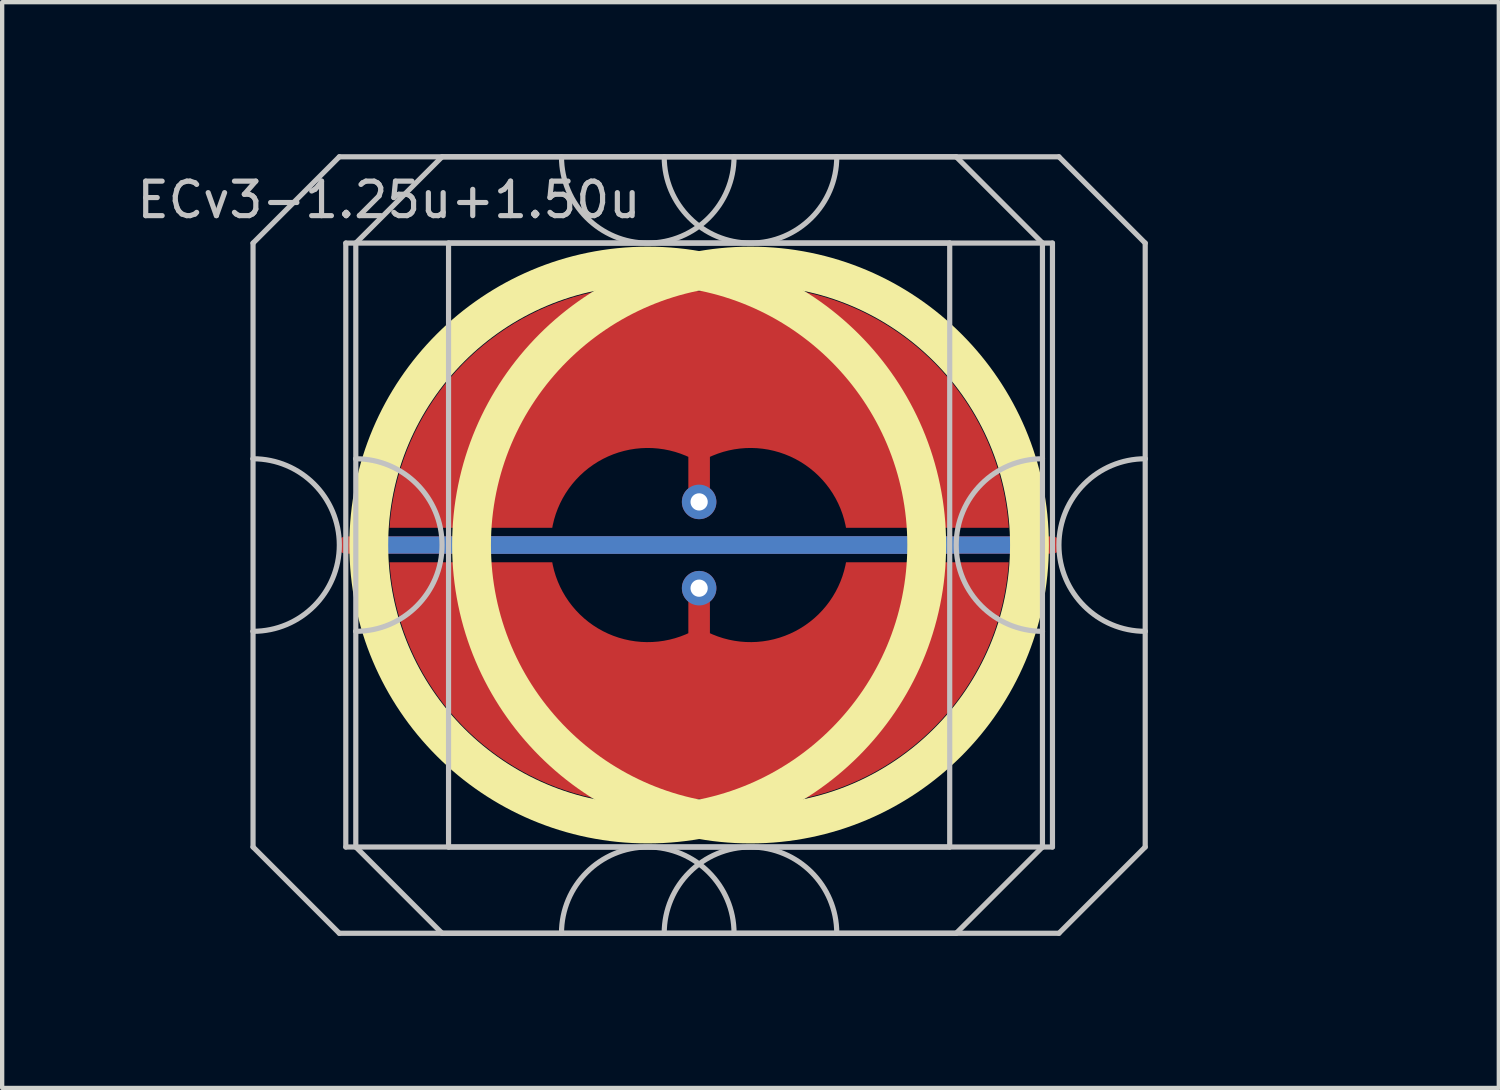
<source format=kicad_pcb>
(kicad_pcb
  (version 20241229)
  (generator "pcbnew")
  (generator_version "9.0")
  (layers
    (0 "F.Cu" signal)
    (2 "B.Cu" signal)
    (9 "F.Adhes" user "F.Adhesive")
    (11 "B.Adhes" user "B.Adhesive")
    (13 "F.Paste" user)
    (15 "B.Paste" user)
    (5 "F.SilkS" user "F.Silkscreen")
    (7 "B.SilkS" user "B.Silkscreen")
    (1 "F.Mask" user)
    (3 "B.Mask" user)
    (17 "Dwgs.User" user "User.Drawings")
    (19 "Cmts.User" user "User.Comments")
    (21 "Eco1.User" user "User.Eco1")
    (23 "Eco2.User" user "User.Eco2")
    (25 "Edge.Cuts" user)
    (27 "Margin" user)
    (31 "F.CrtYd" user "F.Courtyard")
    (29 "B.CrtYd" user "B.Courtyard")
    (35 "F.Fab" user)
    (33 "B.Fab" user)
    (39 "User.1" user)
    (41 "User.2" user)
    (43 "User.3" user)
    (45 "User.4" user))
  (footprint "ECv3-1.25u+1.50u"
    (layer "F.Cu")
    (at 13.157 9.585)
    (property "Reference" "ECv3-1.25u+1.50u" (at -7.191 -8 0) (layer "Dwgs.User") (effects (font (size 0.8 0.8) (thickness 0.12))))
    (attr through_hole exclude_from_pos_files exclude_from_bom)
    (fp_circle (center -1.191 0) (end 5.276 0) (stroke (width 0.9) (type solid)) (fill no) (layer "F.SilkS"))
    (fp_circle (center 1.191 0) (end 7.658 0) (stroke (width 0.9) (type solid)) (fill no) (layer "F.SilkS"))
    (fp_line (start -10.341 -7) (end -10.341 -2) (stroke (width 0.12) (type solid)) (layer "Dwgs.User"))
    (fp_line (start -10.341 -2) (end -10.341 2) (stroke (width 0.12) (type solid)) (layer "Dwgs.User"))
    (fp_line (start -10.341 2) (end -10.341 7) (stroke (width 0.12) (type solid)) (layer "Dwgs.User"))
    (fp_line (start -10.341 7) (end -8.341 9) (stroke (width 0.12) (type solid)) (layer "Dwgs.User"))
    (fp_line (start -8.341 -9) (end -10.341 -7) (stroke (width 0.12) (type solid)) (layer "Dwgs.User"))
    (fp_line (start -8.341 9) (end 5.959 9) (stroke (width 0.12) (type solid)) (layer "Dwgs.User"))
    (fp_line (start -8.191 -7) (end -8.191 7) (stroke (width 0.12) (type solid)) (layer "Dwgs.User"))
    (fp_line (start -8.191 7) (end 5.809 7) (stroke (width 0.12) (type solid)) (layer "Dwgs.User"))
    (fp_line (start -7.959 -7) (end -7.959 -2) (stroke (width 0.12) (type solid)) (layer "Dwgs.User"))
    (fp_line (start -7.959 -2) (end -7.959 2) (stroke (width 0.12) (type solid)) (layer "Dwgs.User"))
    (fp_line (start -7.959 2) (end -7.959 7) (stroke (width 0.12) (type solid)) (layer "Dwgs.User"))
    (fp_line (start -7.959 7) (end -5.959 9) (stroke (width 0.12) (type solid)) (layer "Dwgs.User"))
    (fp_line (start -5.959 -9) (end -7.959 -7) (stroke (width 0.12) (type solid)) (layer "Dwgs.User"))
    (fp_line (start -5.959 9) (end 8.341 9) (stroke (width 0.12) (type solid)) (layer "Dwgs.User"))
    (fp_line (start -5.809 -7) (end -5.809 7) (stroke (width 0.12) (type solid)) (layer "Dwgs.User"))
    (fp_line (start -5.809 7) (end 8.191 7) (stroke (width 0.12) (type solid)) (layer "Dwgs.User"))
    (fp_line (start 5.809 -7) (end -8.191 -7) (stroke (width 0.12) (type solid)) (layer "Dwgs.User"))
    (fp_line (start 5.809 7) (end 5.809 -7) (stroke (width 0.12) (type solid)) (layer "Dwgs.User"))
    (fp_line (start 5.959 -9) (end -8.341 -9) (stroke (width 0.12) (type solid)) (layer "Dwgs.User"))
    (fp_line (start 5.959 -9) (end 7.959 -7) (stroke (width 0.12) (type solid)) (layer "Dwgs.User"))
    (fp_line (start 5.959 9) (end 7.959 7) (stroke (width 0.12) (type solid)) (layer "Dwgs.User"))
    (fp_line (start 7.959 -2) (end 7.959 -7) (stroke (width 0.12) (type solid)) (layer "Dwgs.User"))
    (fp_line (start 7.959 -2) (end 7.959 2) (stroke (width 0.12) (type solid)) (layer "Dwgs.User"))
    (fp_line (start 7.959 7) (end 7.959 2) (stroke (width 0.12) (type solid)) (layer "Dwgs.User"))
    (fp_line (start 8.191 -7) (end -5.809 -7) (stroke (width 0.12) (type solid)) (layer "Dwgs.User"))
    (fp_line (start 8.191 7) (end 8.191 -7) (stroke (width 0.12) (type solid)) (layer "Dwgs.User"))
    (fp_line (start 8.341 -9) (end -5.959 -9) (stroke (width 0.12) (type solid)) (layer "Dwgs.User"))
    (fp_line (start 8.341 -9) (end 10.341 -7) (stroke (width 0.12) (type solid)) (layer "Dwgs.User"))
    (fp_line (start 8.341 9) (end 10.341 7) (stroke (width 0.12) (type solid)) (layer "Dwgs.User"))
    (fp_line (start 10.341 -2) (end 10.341 -7) (stroke (width 0.12) (type solid)) (layer "Dwgs.User"))
    (fp_line (start 10.341 -2) (end 10.341 2) (stroke (width 0.12) (type solid)) (layer "Dwgs.User"))
    (fp_line (start 10.341 7) (end 10.341 2) (stroke (width 0.12) (type solid)) (layer "Dwgs.User"))
    (fp_arc (start -10.340625 -2) (mid -8.340625 0) (end -10.340625 2) (stroke (width 0.12) (type solid)) (layer "Dwgs.User"))
    (fp_arc (start -7.959375 -2) (mid -5.959375 0) (end -7.959375 2) (stroke (width 0.12) (type solid)) (layer "Dwgs.User"))
    (fp_arc (start -3.190625 9) (mid -1.190625 7) (end 0.809375 9) (stroke (width 0.12) (type solid)) (layer "Dwgs.User"))
    (fp_arc (start -0.809375 9) (mid 1.190625 7) (end 3.190625 9) (stroke (width 0.12) (type solid)) (layer "Dwgs.User"))
    (fp_arc (start 0.809375 -9) (mid -1.190625 -7) (end -3.190625 -9) (stroke (width 0.12) (type solid)) (layer "Dwgs.User"))
    (fp_arc (start 3.190625 -9) (mid 1.190625 -7) (end -0.809375 -9) (stroke (width 0.12) (type solid)) (layer "Dwgs.User"))
    (fp_arc (start 7.959375 2) (mid 5.959375 0) (end 7.959375 -2) (stroke (width 0.12) (type solid)) (layer "Dwgs.User"))
    (fp_arc (start 10.340625 2) (mid 8.340625 0) (end 10.340625 -2) (stroke (width 0.12) (type solid)) (layer "Dwgs.User"))
    (fp_line (start -13.097 -9.525) (end -13.097 9.525) (stroke (width 0.12) (type solid)) (layer "User.2"))
    (fp_line (start -13.097 -9.525) (end -13.097 9.525) (stroke (width 0.12) (type solid)) (layer "User.2"))
    (fp_line (start -13.097 -9.525) (end 10.716 -9.525) (stroke (width 0.12) (type solid)) (layer "User.2"))
    (fp_line (start -13.097 -9.525) (end 15.478 -9.525) (stroke (width 0.12) (type solid)) (layer "User.2"))
    (fp_line (start -13.097 9.525) (end 10.716 9.525) (stroke (width 0.12) (type solid)) (layer "User.2"))
    (fp_line (start -13.097 9.525) (end 15.478 9.525) (stroke (width 0.12) (type solid)) (layer "User.2"))
    (fp_line (start 10.716 -9.525) (end 10.716 9.525) (stroke (width 0.12) (type solid)) (layer "User.2"))
    (fp_line (start 15.478 -9.525) (end 15.478 9.525) (stroke (width 0.12) (type solid)) (layer "User.2"))
    (pad "1" smd custom (at -0.000002 -1) (size 0.5 0.5) (layers "F.Cu") (options (anchor circle)) (primitives (gr_poly (pts (arc (start -0.25 0) (mid 0 0.25) (end 0.25 0)) (arc (start 0.25 -1.043947) (mid 2.23039 -0.995341) (end 3.404782 0.6)) (arc (start 7.177275 0.6) (mid 4.832044 -3.768654) (end 0 -4.880681)) (arc (start 0 -4.880681) (mid -4.832043 -3.768653) (end -7.177275 0.6)) (arc (start -3.404781 0.6) (mid -2.230391 -0.995346) (end -0.25 -1.043946))) (width 0) (fill yes))))
    (pad "1" thru_hole circle (at 0 -1 270) (size 0.8 0.8) (drill 0.4) (layers "*.Cu"))
    (pad "2" smd custom (at -0.000002 1) (size 0.5 0.5) (layers "F.Cu") (options (anchor circle)) (primitives (gr_poly (pts (arc (start 0.25 -0.000003) (mid 0 -0.250003) (end -0.25 -0.000003)) (arc (start -0.25 1.043943) (mid -2.23039 0.995338) (end -3.404782 -0.600003)) (arc (start -7.177274 -0.600003) (mid -4.832043 3.768651) (end 0 4.880678)) (arc (start 0 4.880678) (mid 4.832044 3.768652) (end 7.177275 -0.600003)) (arc (start 3.404783 -0.600003) (mid 2.230391 0.995338) (end 0.25 1.043943))) (width 0) (fill yes))))
    (pad "2" thru_hole circle (at 0 1 270) (size 0.8 0.8) (drill 0.4) (layers "*.Cu"))
    (pad "3" smd custom (at -1.191 0 90) (size 0.4 0.4) (layers "F.Cu") (options (anchor rect)) (primitives (gr_line (start 0 -7) (end 0 7) (width 0.4))))
    (pad "3" smd custom (at -1.191 0 90) (size 0.4 0.4) (layers "B.Cu") (options (anchor rect)) (primitives (gr_line (start 0 -6.5) (end 0 6.5) (width 0.4))))
    (pad "3" smd custom (at 1.191 0 90) (size 0.4 0.4) (layers "F.Cu") (options (anchor rect)) (primitives (gr_line (start 0 -7) (end 0 7) (width 0.4))))
    (pad "3" smd custom (at 1.191 0 90) (size 0.4 0.4) (layers "B.Cu") (options (anchor rect)) (primitives (gr_line (start 0 -6.5) (end 0 6.5) (width 0.4))))
    (zone (net_name "") (layer "F.Cu") (hatch edge 0.508) (connect_pads) (min_thickness 0.254) (filled_areas_thickness no) (keepout (tracks allowed) (vias allowed) (pads allowed) (copperpour not_allowed) (footprints allowed)) (placement (enabled no)) (fill) (polygon (pts (xy 18.971 9.585) (xy 18.952 9.072) (xy 18.896 8.562) (xy 18.802 8.057) (xy 18.672 7.56) (xy 18.506 7.075) (xy 18.304 6.602) (xy 18.069 6.146) (xy 17.801 5.709) (xy 17.501 5.292) (xy 17.172 4.898) (xy 16.815 4.529) (xy 16.431 4.188) (xy 16.024 3.875) (xy 15.595 3.593) (xy 15.146 3.344) (xy 14.681 3.127) (xy 14.201 2.946) (xy 13.708 2.8) (xy 13.207 2.691) (xy 12.698 2.618) (xy 12.186 2.584) (xy 11.673 2.586) (xy 11.161 2.627) (xy 10.654 2.704) (xy 10.153 2.819) (xy 9.663 2.97) (xy 9.184 3.156) (xy 8.721 3.377) (xy 8.275 3.632) (xy 7.849 3.918) (xy 7.445 4.235) (xy 7.065 4.58) (xy 6.712 4.953) (xy 6.387 5.35) (xy 6.091 5.77) (xy 5.828 6.21) (xy 5.597 6.669) (xy 5.401 7.143) (xy 5.239 7.631) (xy 5.114 8.129) (xy 5.026 8.634) (xy 4.975 9.145) (xy 4.962 9.658) (xy 4.986 10.171) (xy 5.048 10.681) (xy 5.146 11.185) (xy 5.282 11.68) (xy 5.453 12.164) (xy 5.66 12.634) (xy 5.9 13.087) (xy 6.173 13.522) (xy 6.477 13.936) (xy 6.81 14.326) (xy 7.171 14.691) (xy 7.558 15.029) (xy 7.968 15.337) (xy 8.4 15.614) (xy 8.852 15.859) (xy 9.32 16.071) (xy 9.802 16.247) (xy 10.295 16.388) (xy 10.798 16.492) (xy 11.307 16.559) (xy 11.82 16.588) (xy 12.333 16.58) (xy 12.844 16.535) (xy 13.351 16.452) (xy 13.85 16.332) (xy 14.339 16.176) (xy 14.815 15.984) (xy 15.276 15.758) (xy 15.72 15.499) (xy 16.143 15.209) (xy 16.543 14.888) (xy 16.919 14.538) (xy 17.269 14.162) (xy 17.59 13.761) (xy 17.881 13.338) (xy 18.14 12.895) (xy 18.366 12.434) (xy 18.557 11.958) (xy 18.713 11.469) (xy 18.833 10.97) (xy 18.916 10.463) (xy 18.962 9.952))))
    (zone (net_name "") (layer "F.Cu") (hatch edge 0.508) (connect_pads) (min_thickness 0.254) (filled_areas_thickness no) (keepout (tracks allowed) (vias allowed) (pads allowed) (copperpour not_allowed) (footprints allowed)) (placement (enabled no)) (fill) (polygon (pts (xy 21.352 9.585) (xy 21.334 9.072) (xy 21.277 8.562) (xy 21.184 8.057) (xy 21.053 7.56) (xy 20.887 7.075) (xy 20.686 6.602) (xy 20.45 6.146) (xy 20.182 5.709) (xy 19.882 5.292) (xy 19.553 4.898) (xy 19.196 4.529) (xy 18.813 4.188) (xy 18.405 3.875) (xy 17.976 3.593) (xy 17.528 3.344) (xy 17.062 3.127) (xy 16.582 2.946) (xy 16.09 2.8) (xy 15.588 2.691) (xy 15.08 2.618) (xy 14.568 2.584) (xy 14.054 2.586) (xy 13.542 2.627) (xy 13.035 2.704) (xy 12.534 2.819) (xy 12.044 2.97) (xy 11.566 3.156) (xy 11.102 3.377) (xy 10.656 3.632) (xy 10.23 3.918) (xy 9.826 4.235) (xy 9.446 4.58) (xy 9.093 4.953) (xy 8.768 5.35) (xy 8.473 5.77) (xy 8.209 6.21) (xy 7.978 6.669) (xy 7.782 7.143) (xy 7.621 7.631) (xy 7.496 8.129) (xy 7.407 8.634) (xy 7.356 9.145) (xy 7.343 9.658) (xy 7.367 10.171) (xy 7.429 10.681) (xy 7.528 11.185) (xy 7.663 11.68) (xy 7.835 12.164) (xy 8.041 12.634) (xy 8.281 13.087) (xy 8.554 13.522) (xy 8.858 13.936) (xy 9.191 14.326) (xy 9.552 14.691) (xy 9.939 15.029) (xy 10.35 15.337) (xy 10.782 15.614) (xy 11.233 15.859) (xy 11.701 16.071) (xy 12.183 16.247) (xy 12.677 16.388) (xy 13.179 16.492) (xy 13.688 16.559) (xy 14.201 16.588) (xy 14.714 16.58) (xy 15.225 16.535) (xy 15.732 16.452) (xy 16.231 16.332) (xy 16.72 16.176) (xy 17.197 15.984) (xy 17.658 15.758) (xy 18.101 15.499) (xy 18.524 15.209) (xy 18.925 14.888) (xy 19.301 14.538) (xy 19.65 14.162) (xy 19.971 13.761) (xy 20.262 13.338) (xy 20.521 12.895) (xy 20.747 12.434) (xy 20.938 11.958) (xy 21.094 11.469) (xy 21.214 10.97) (xy 21.297 10.463) (xy 21.343 9.952))))
    (zone (net_name "") (layer "B.Cu") (hatch edge 0.508) (connect_pads) (min_thickness 0.254) (filled_areas_thickness no) (keepout (tracks allowed) (vias allowed) (pads allowed) (copperpour not_allowed) (footprints allowed)) (placement (enabled no)) (fill) (polygon (pts (xy 18.525 9.585) (xy 18.504 9.07) (xy 18.444 8.559) (xy 18.343 8.054) (xy 18.204 7.558) (xy 18.025 7.075) (xy 17.81 6.608) (xy 17.558 6.158) (xy 17.272 5.73) (xy 16.953 5.326) (xy 16.604 4.948) (xy 16.225 4.598) (xy 15.821 4.279) (xy 15.393 3.993) (xy 14.944 3.742) (xy 14.476 3.526) (xy 13.993 3.348) (xy 13.497 3.208) (xy 12.992 3.107) (xy 12.481 3.047) (xy 11.966 3.027) (xy 11.452 3.047) (xy 10.94 3.107) (xy 10.435 3.208) (xy 9.94 3.348) (xy 9.457 3.526) (xy 8.989 3.742) (xy 8.54 3.993) (xy 8.111 4.279) (xy 7.707 4.598) (xy 7.329 4.948) (xy 6.979 5.326) (xy 6.661 5.73) (xy 6.374 6.158) (xy 6.123 6.608) (xy 5.907 7.075) (xy 5.729 7.558) (xy 5.589 8.054) (xy 5.489 8.559) (xy 5.428 9.07) (xy 5.408 9.585) (xy 5.428 10.1) (xy 5.489 10.611) (xy 5.589 11.116) (xy 5.729 11.612) (xy 5.907 12.095) (xy 6.123 12.562) (xy 6.374 13.012) (xy 6.661 13.44) (xy 6.979 13.844) (xy 7.329 14.222) (xy 7.707 14.572) (xy 8.111 14.891) (xy 8.54 15.177) (xy 8.989 15.428) (xy 9.457 15.644) (xy 9.94 15.822) (xy 10.435 15.962) (xy 10.94 16.063) (xy 11.452 16.123) (xy 11.966 16.143) (xy 12.481 16.123) (xy 12.992 16.063) (xy 13.497 15.962) (xy 13.993 15.822) (xy 14.476 15.644) (xy 14.944 15.428) (xy 15.393 15.177) (xy 15.821 14.891) (xy 16.225 14.572) (xy 16.604 14.222) (xy 16.953 13.844) (xy 17.272 13.44) (xy 17.558 13.012) (xy 17.81 12.562) (xy 18.025 12.095) (xy 18.204 11.612) (xy 18.343 11.116) (xy 18.444 10.611) (xy 18.504 10.1))))
    (zone (net_name "") (layer "B.Cu") (hatch edge 0.508) (connect_pads) (min_thickness 0.254) (filled_areas_thickness no) (keepout (tracks allowed) (vias allowed) (pads allowed) (copperpour not_allowed) (footprints allowed)) (placement (enabled no)) (fill) (polygon (pts (xy 20.906 9.585) (xy 20.886 9.07) (xy 20.825 8.559) (xy 20.725 8.054) (xy 20.585 7.558) (xy 20.407 7.075) (xy 20.191 6.608) (xy 19.939 6.158) (xy 19.653 5.73) (xy 19.334 5.326) (xy 18.985 4.948) (xy 18.607 4.598) (xy 18.202 4.279) (xy 17.774 3.993) (xy 17.325 3.742) (xy 16.857 3.526) (xy 16.374 3.348) (xy 15.878 3.208) (xy 15.373 3.107) (xy 14.862 3.047) (xy 14.348 3.027) (xy 13.833 3.047) (xy 13.322 3.107) (xy 12.817 3.208) (xy 12.321 3.348) (xy 11.838 3.526) (xy 11.37 3.742) (xy 10.921 3.993) (xy 10.493 4.279) (xy 10.088 4.598) (xy 9.71 4.948) (xy 9.361 5.326) (xy 9.042 5.73) (xy 8.756 6.158) (xy 8.504 6.608) (xy 8.288 7.075) (xy 8.11 7.558) (xy 7.97 8.054) (xy 7.87 8.559) (xy 7.809 9.07) (xy 7.789 9.585) (xy 7.809 10.1) (xy 7.87 10.611) (xy 7.97 11.116) (xy 8.11 11.612) (xy 8.288 12.095) (xy 8.504 12.562) (xy 8.756 13.012) (xy 9.042 13.44) (xy 9.361 13.844) (xy 9.71 14.222) (xy 10.088 14.572) (xy 10.493 14.891) (xy 10.921 15.177) (xy 11.37 15.428) (xy 11.838 15.644) (xy 12.321 15.822) (xy 12.817 15.962) (xy 13.322 16.063) (xy 13.833 16.123) (xy 14.348 16.143) (xy 14.862 16.123) (xy 15.373 16.063) (xy 15.878 15.962) (xy 16.374 15.822) (xy 16.857 15.644) (xy 17.325 15.428) (xy 17.774 15.177) (xy 18.202 14.891) (xy 18.607 14.572) (xy 18.985 14.222) (xy 19.334 13.844) (xy 19.653 13.44) (xy 19.939 13.012) (xy 20.191 12.562) (xy 20.407 12.095) (xy 20.585 11.612) (xy 20.725 11.116) (xy 20.825 10.611) (xy 20.886 10.1)))))
  (gr_rect
    (start -3 -3)
    (end 31.695 22.17)
    (stroke (width 0.1) (type default))
    (fill no)
    (layer "Edge.Cuts")))
</source>
